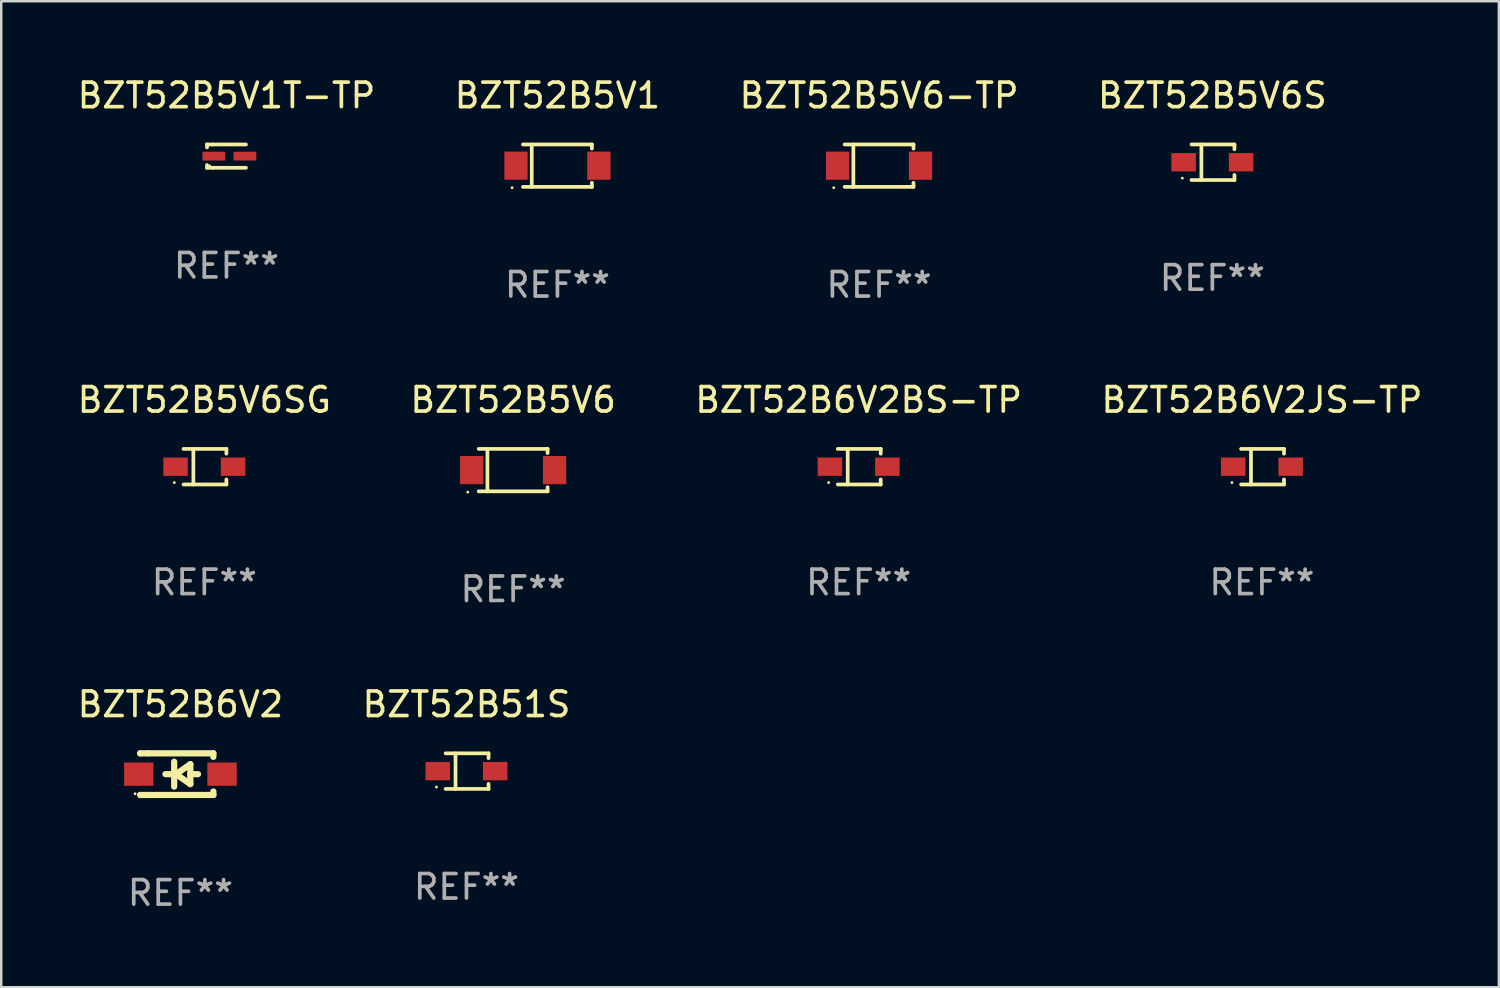
<source format=kicad_pcb>
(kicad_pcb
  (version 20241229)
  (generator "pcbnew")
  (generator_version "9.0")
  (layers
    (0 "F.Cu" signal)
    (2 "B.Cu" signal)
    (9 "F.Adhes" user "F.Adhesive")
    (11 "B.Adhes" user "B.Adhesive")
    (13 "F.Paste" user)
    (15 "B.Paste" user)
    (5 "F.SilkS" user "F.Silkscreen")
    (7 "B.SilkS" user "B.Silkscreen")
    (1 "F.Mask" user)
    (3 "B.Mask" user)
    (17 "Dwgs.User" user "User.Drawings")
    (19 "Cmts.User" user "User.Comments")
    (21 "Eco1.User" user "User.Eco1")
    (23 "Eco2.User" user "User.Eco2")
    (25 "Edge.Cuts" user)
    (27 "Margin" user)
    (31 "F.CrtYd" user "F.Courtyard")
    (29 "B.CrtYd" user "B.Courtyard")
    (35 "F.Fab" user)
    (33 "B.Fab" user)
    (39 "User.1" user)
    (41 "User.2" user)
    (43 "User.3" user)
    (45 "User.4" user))
  (footprint "BZT52B51S"
    (layer "F.Cu")
    (at 15.994 28.432)
    (property "Reference" "BZT52B51S" (at 0 -2.726 0) (layer "F.SilkS") (effects (font (size 1 1) (thickness 0.15))))
    (attr through_hole)
    (fp_line (start -0.851 -0.726) (end 0.901 -0.726) (stroke (width 0.152) (type solid)) (layer "F.SilkS"))
    (fp_line (start -0.851 0.726) (end 0.901 0.726) (stroke (width 0.152) (type solid)) (layer "F.SilkS"))
    (fp_line (start -0.447 -0.726) (end -0.447 0.726) (stroke (width 0.152) (type solid)) (layer "F.SilkS"))
    (fp_line (start 0.901 -0.726) (end 0.901 -0.53) (stroke (width 0.152) (type solid)) (layer "F.SilkS"))
    (fp_line (start 0.901 0.726) (end 0.901 0.52) (stroke (width 0.152) (type solid)) (layer "F.SilkS"))
    (fp_circle (center -1.225 0.65) (end -1.195 0.65) (stroke (width 0.06) (type solid)) (fill no) (layer "F.SilkS"))
    (fp_text user "REF**" (at 0 4.726 0) (layer "F.Fab") (effects (font (size 1 1) (thickness 0.15))))
    (pad "1" smd rect (at -1.173 0) (size 1 0.75) (layers "F.Cu" "F.Mask" "F.Paste"))
    (pad "2" smd rect (at 1.173 0) (size 1 0.75) (layers "F.Cu" "F.Mask" "F.Paste")))
  (footprint "BZT52B5V6"
    (layer "F.Cu")
    (at 17.899 16.143)
    (property "Reference" "BZT52B5V6" (at 0 -2.866 0) (layer "F.SilkS") (effects (font (size 1 1) (thickness 0.15))))
    (attr through_hole)
    (fp_line (start -1.406 -0.866) (end 1.406 -0.866) (stroke (width 0.152) (type solid)) (layer "F.SilkS"))
    (fp_line (start -1.406 0.866) (end 1.406 0.866) (stroke (width 0.152) (type solid)) (layer "F.SilkS"))
    (fp_line (start -1.049 -0.866) (end -1.049 0.866) (stroke (width 0.152) (type solid)) (layer "F.SilkS"))
    (fp_line (start 1.406 -0.866) (end 1.406 -0.698) (stroke (width 0.152) (type solid)) (layer "F.SilkS"))
    (fp_line (start 1.406 0.866) (end 1.406 0.698) (stroke (width 0.152) (type solid)) (layer "F.SilkS"))
    (fp_circle (center -1.851 0.9) (end -1.821 0.9) (stroke (width 0.06) (type solid)) (fill no) (layer "F.SilkS"))
    (fp_text user "REF**" (at 0 4.866 0) (layer "F.Fab") (effects (font (size 1 1) (thickness 0.15))))
    (pad "1" smd rect (at -1.692 0) (size 0.95 1.15) (layers "F.Cu" "F.Mask" "F.Paste"))
    (pad "2" smd rect (at 1.692 0) (size 0.95 1.15) (layers "F.Cu" "F.Mask" "F.Paste")))
  (footprint "BZT52B5V1T-TP"
    (layer "F.Cu")
    (at 6.196 3.324)
    (property "Reference" "BZT52B5V1T-TP" (at 0 -2.476 0) (layer "F.SilkS") (effects (font (size 1 1) (thickness 0.15))))
    (attr through_hole)
    (fp_line (start -0.795 -0.476) (end -0.795 -0.356) (stroke (width 0.152) (type solid)) (layer "F.SilkS"))
    (fp_line (start -0.795 0.363) (end -0.795 0.476) (stroke (width 0.152) (type solid)) (layer "F.SilkS"))
    (fp_line (start -0.795 0.476) (end -0.557 0.476) (stroke (width 0.152) (type solid)) (layer "F.SilkS"))
    (fp_line (start -0.557 -0.476) (end -0.795 -0.476) (stroke (width 0.152) (type solid)) (layer "F.SilkS"))
    (fp_line (start -0.557 -0.476) (end 0.795 -0.476) (stroke (width 0.152) (type solid)) (layer "F.SilkS"))
    (fp_line (start -0.557 0.476) (end 0.795 0.476) (stroke (width 0.152) (type solid)) (layer "F.SilkS"))
    (fp_circle (center -0.681 0.4) (end -0.651 0.4) (stroke (width 0.06) (type solid)) (fill no) (layer "F.SilkS"))
    (fp_text user "REF**" (at 0 4.476 0) (layer "F.Fab") (effects (font (size 1 1) (thickness 0.15))))
    (pad "1" smd rect (at -0.516 0 180) (size 0.93 0.36) (layers "F.Cu" "F.Mask" "F.Paste"))
    (pad "2" smd rect (at 0.754 0 180) (size 0.93 0.36) (layers "F.Cu" "F.Mask" "F.Paste")))
  (footprint "BZT52B5V1"
    (layer "F.Cu")
    (at 19.708 3.714)
    (property "Reference" "BZT52B5V1" (at 0 -2.866 0) (layer "F.SilkS") (effects (font (size 1 1) (thickness 0.15))))
    (attr through_hole)
    (fp_line (start -1.406 -0.866) (end 1.406 -0.866) (stroke (width 0.152) (type solid)) (layer "F.SilkS"))
    (fp_line (start -1.406 0.866) (end 1.406 0.866) (stroke (width 0.152) (type solid)) (layer "F.SilkS"))
    (fp_line (start -1.049 -0.866) (end -1.049 0.866) (stroke (width 0.152) (type solid)) (layer "F.SilkS"))
    (fp_line (start 1.406 -0.866) (end 1.406 -0.698) (stroke (width 0.152) (type solid)) (layer "F.SilkS"))
    (fp_line (start 1.406 0.866) (end 1.406 0.698) (stroke (width 0.152) (type solid)) (layer "F.SilkS"))
    (fp_circle (center -1.851 0.9) (end -1.821 0.9) (stroke (width 0.06) (type solid)) (fill no) (layer "F.SilkS"))
    (fp_text user "REF**" (at 0 4.866 0) (layer "F.Fab") (effects (font (size 1 1) (thickness 0.15))))
    (pad "1" smd rect (at -1.692 0) (size 0.95 1.15) (layers "F.Cu" "F.Mask" "F.Paste"))
    (pad "2" smd rect (at 1.692 0) (size 0.95 1.15) (layers "F.Cu" "F.Mask" "F.Paste")))
  (footprint "BZT52B5V6SG"
    (layer "F.Cu")
    (at 5.292 16.003)
    (property "Reference" "BZT52B5V6SG" (at 0 -2.726 0) (layer "F.SilkS") (effects (font (size 1 1) (thickness 0.15))))
    (attr through_hole)
    (fp_line (start -0.851 -0.726) (end 0.901 -0.726) (stroke (width 0.152) (type solid)) (layer "F.SilkS"))
    (fp_line (start -0.851 0.726) (end 0.901 0.726) (stroke (width 0.152) (type solid)) (layer "F.SilkS"))
    (fp_line (start -0.447 -0.726) (end -0.447 0.726) (stroke (width 0.152) (type solid)) (layer "F.SilkS"))
    (fp_line (start 0.901 -0.726) (end 0.901 -0.53) (stroke (width 0.152) (type solid)) (layer "F.SilkS"))
    (fp_line (start 0.901 0.726) (end 0.901 0.52) (stroke (width 0.152) (type solid)) (layer "F.SilkS"))
    (fp_circle (center -1.225 0.65) (end -1.195 0.65) (stroke (width 0.06) (type solid)) (fill no) (layer "F.SilkS"))
    (fp_text user "REF**" (at 0 4.726 0) (layer "F.Fab") (effects (font (size 1 1) (thickness 0.15))))
    (pad "1" smd rect (at -1.173 0) (size 1 0.75) (layers "F.Cu" "F.Mask" "F.Paste"))
    (pad "2" smd rect (at 1.173 0) (size 1 0.75) (layers "F.Cu" "F.Mask" "F.Paste")))
  (footprint "BZT52B6V2JS-TP"
    (layer "F.Cu")
    (at 48.47 16.003)
    (property "Reference" "BZT52B6V2JS-TP" (at 0 -2.726 0) (layer "F.SilkS") (effects (font (size 1 1) (thickness 0.15))))
    (attr through_hole)
    (fp_line (start -0.851 -0.726) (end 0.901 -0.726) (stroke (width 0.152) (type solid)) (layer "F.SilkS"))
    (fp_line (start -0.851 0.726) (end 0.901 0.726) (stroke (width 0.152) (type solid)) (layer "F.SilkS"))
    (fp_line (start -0.447 -0.726) (end -0.447 0.726) (stroke (width 0.152) (type solid)) (layer "F.SilkS"))
    (fp_line (start 0.901 -0.726) (end 0.901 -0.53) (stroke (width 0.152) (type solid)) (layer "F.SilkS"))
    (fp_line (start 0.901 0.726) (end 0.901 0.52) (stroke (width 0.152) (type solid)) (layer "F.SilkS"))
    (fp_circle (center -1.225 0.65) (end -1.195 0.65) (stroke (width 0.06) (type solid)) (fill no) (layer "F.SilkS"))
    (fp_text user "REF**" (at 0 4.726 0) (layer "F.Fab") (effects (font (size 1 1) (thickness 0.15))))
    (pad "1" smd rect (at -1.173 0) (size 1 0.75) (layers "F.Cu" "F.Mask" "F.Paste"))
    (pad "2" smd rect (at 1.173 0) (size 1 0.75) (layers "F.Cu" "F.Mask" "F.Paste")))
  (footprint "BZT52B5V6-TP"
    (layer "F.Cu")
    (at 32.839 3.714)
    (property "Reference" "BZT52B5V6-TP" (at 0 -2.866 0) (layer "F.SilkS") (effects (font (size 1 1) (thickness 0.15))))
    (attr through_hole)
    (fp_line (start -1.406 -0.866) (end 1.406 -0.866) (stroke (width 0.152) (type solid)) (layer "F.SilkS"))
    (fp_line (start -1.406 0.866) (end 1.406 0.866) (stroke (width 0.152) (type solid)) (layer "F.SilkS"))
    (fp_line (start -1.049 -0.866) (end -1.049 0.866) (stroke (width 0.152) (type solid)) (layer "F.SilkS"))
    (fp_line (start 1.406 -0.866) (end 1.406 -0.698) (stroke (width 0.152) (type solid)) (layer "F.SilkS"))
    (fp_line (start 1.406 0.866) (end 1.406 0.698) (stroke (width 0.152) (type solid)) (layer "F.SilkS"))
    (fp_circle (center -1.851 0.9) (end -1.821 0.9) (stroke (width 0.06) (type solid)) (fill no) (layer "F.SilkS"))
    (fp_text user "REF**" (at 0 4.866 0) (layer "F.Fab") (effects (font (size 1 1) (thickness 0.15))))
    (pad "1" smd rect (at -1.692 0) (size 0.95 1.15) (layers "F.Cu" "F.Mask" "F.Paste"))
    (pad "2" smd rect (at 1.692 0) (size 0.95 1.15) (layers "F.Cu" "F.Mask" "F.Paste")))
  (footprint "BZT52B5V6S"
    (layer "F.Cu")
    (at 46.446 3.574)
    (property "Reference" "BZT52B5V6S" (at 0 -2.726 0) (layer "F.SilkS") (effects (font (size 1 1) (thickness 0.15))))
    (attr through_hole)
    (fp_line (start -0.851 -0.726) (end 0.901 -0.726) (stroke (width 0.152) (type solid)) (layer "F.SilkS"))
    (fp_line (start -0.851 0.726) (end 0.901 0.726) (stroke (width 0.152) (type solid)) (layer "F.SilkS"))
    (fp_line (start -0.447 -0.726) (end -0.447 0.726) (stroke (width 0.152) (type solid)) (layer "F.SilkS"))
    (fp_line (start 0.901 -0.726) (end 0.901 -0.53) (stroke (width 0.152) (type solid)) (layer "F.SilkS"))
    (fp_line (start 0.901 0.726) (end 0.901 0.52) (stroke (width 0.152) (type solid)) (layer "F.SilkS"))
    (fp_circle (center -1.225 0.65) (end -1.195 0.65) (stroke (width 0.06) (type solid)) (fill no) (layer "F.SilkS"))
    (fp_text user "REF**" (at 0 4.726 0) (layer "F.Fab") (effects (font (size 1 1) (thickness 0.15))))
    (pad "1" smd rect (at -1.173 0) (size 1 0.75) (layers "F.Cu" "F.Mask" "F.Paste"))
    (pad "2" smd rect (at 1.173 0) (size 1 0.75) (layers "F.Cu" "F.Mask" "F.Paste")))
  (footprint "BZT52B6V2BS-TP"
    (layer "F.Cu")
    (at 32.006 16.003)
    (property "Reference" "BZT52B6V2BS-TP" (at 0 -2.726 0) (layer "F.SilkS") (effects (font (size 1 1) (thickness 0.15))))
    (attr through_hole)
    (fp_line (start -0.851 -0.726) (end 0.901 -0.726) (stroke (width 0.152) (type solid)) (layer "F.SilkS"))
    (fp_line (start -0.851 0.726) (end 0.901 0.726) (stroke (width 0.152) (type solid)) (layer "F.SilkS"))
    (fp_line (start -0.447 -0.726) (end -0.447 0.726) (stroke (width 0.152) (type solid)) (layer "F.SilkS"))
    (fp_line (start 0.901 -0.726) (end 0.901 -0.53) (stroke (width 0.152) (type solid)) (layer "F.SilkS"))
    (fp_line (start 0.901 0.726) (end 0.901 0.52) (stroke (width 0.152) (type solid)) (layer "F.SilkS"))
    (fp_circle (center -1.225 0.65) (end -1.195 0.65) (stroke (width 0.06) (type solid)) (fill no) (layer "F.SilkS"))
    (fp_text user "REF**" (at 0 4.726 0) (layer "F.Fab") (effects (font (size 1 1) (thickness 0.15))))
    (pad "1" smd rect (at -1.173 0) (size 1 0.75) (layers "F.Cu" "F.Mask" "F.Paste"))
    (pad "2" smd rect (at 1.173 0) (size 1 0.75) (layers "F.Cu" "F.Mask" "F.Paste")))
  (footprint "BZT52B6V2"
    (layer "F.Cu")
    (at 4.315 28.556)
    (property "Reference" "BZT52B6V2" (at 0 -2.85 0) (layer "F.SilkS") (effects (font (size 1 1) (thickness 0.15))))
    (attr through_hole)
    (fp_line (start -1.643 -0.85) (end -1.644 -0.849) (stroke (width 0.254) (type solid)) (layer "F.SilkS"))
    (fp_line (start -1.638 0.85) (end -1.639 0.849) (stroke (width 0.254) (type solid)) (layer "F.SilkS"))
    (fp_line (start -1.346 -0.85) (end -1.643 -0.85) (stroke (width 0.254) (type solid)) (layer "F.SilkS"))
    (fp_line (start -1.346 -0.85) (end 1.346 -0.85) (stroke (width 0.254) (type solid)) (layer "F.SilkS"))
    (fp_line (start -1.346 0.85) (end -1.638 0.85) (stroke (width 0.254) (type solid)) (layer "F.SilkS"))
    (fp_line (start -0.28 0) (end -0.61 0) (stroke (width 0.254) (type solid)) (layer "F.SilkS"))
    (fp_line (start -0.254 -0.508) (end -0.254 0.508) (stroke (width 0.254) (type solid)) (layer "F.SilkS"))
    (fp_line (start -0.178 0) (end 0.406 -0.406) (stroke (width 0.254) (type solid)) (layer "F.SilkS"))
    (fp_line (start 0.406 -0.406) (end 0.406 0.406) (stroke (width 0.254) (type solid)) (layer "F.SilkS"))
    (fp_line (start 0.406 -0.000254) (end 0.72 -0.000254) (stroke (width 0.254) (type solid)) (layer "F.SilkS"))
    (fp_line (start 0.406 0.406) (end -0.178 0) (stroke (width 0.254) (type solid)) (layer "F.SilkS"))
    (fp_line (start 1.346 -0.85) (end 1.346 -0.706) (stroke (width 0.254) (type solid)) (layer "F.SilkS"))
    (fp_line (start 1.346 0.706) (end 1.346 0.85) (stroke (width 0.254) (type solid)) (layer "F.SilkS"))
    (fp_line (start 1.346 0.85) (end -1.346 0.85) (stroke (width 0.254) (type solid)) (layer "F.SilkS"))
    (fp_circle (center -1.85 0.8) (end -1.82 0.8) (stroke (width 0.06) (type solid)) (fill no) (layer "F.SilkS"))
    (fp_text user "REF**" (at 0 4.85 0) (layer "F.Fab") (effects (font (size 1 1) (thickness 0.15))))
    (pad "1" smd rect (at -1.7 0) (size 1.2 0.95) (layers "F.Cu" "F.Mask" "F.Paste"))
    (pad "2" smd rect (at 1.7 0) (size 1.2 0.95) (layers "F.Cu" "F.Mask" "F.Paste")))
  (gr_rect
    (start -3 -3)
    (end 58.143 37.254)
    (stroke (width 0.1) (type default))
    (fill no)
    (layer "Edge.Cuts")))
</source>
